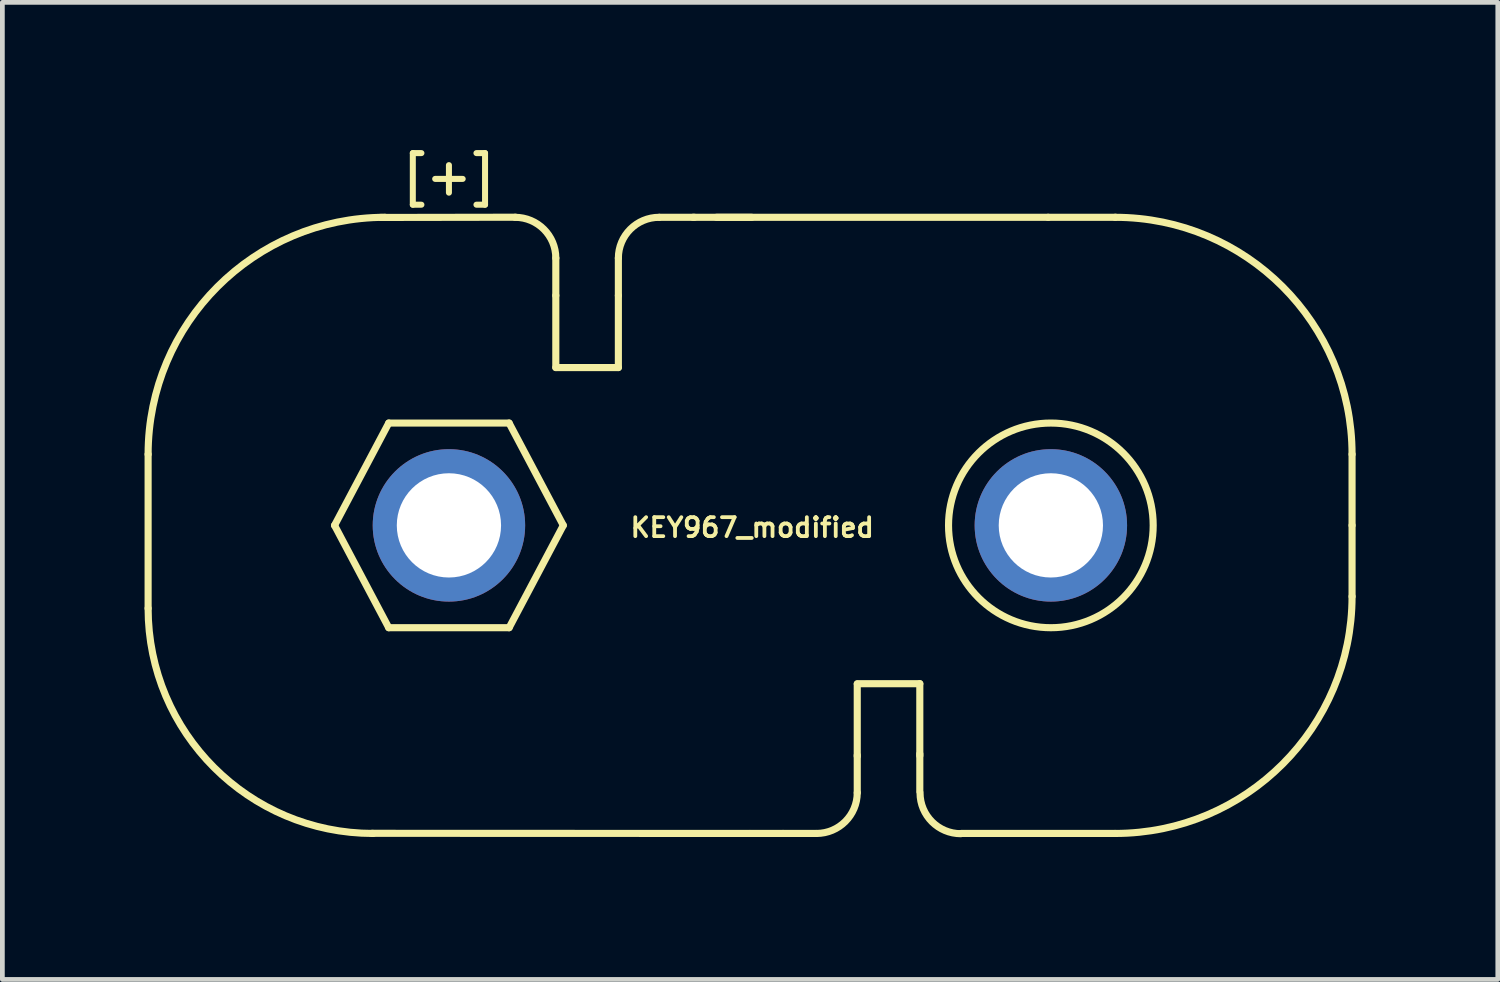
<source format=kicad_pcb>
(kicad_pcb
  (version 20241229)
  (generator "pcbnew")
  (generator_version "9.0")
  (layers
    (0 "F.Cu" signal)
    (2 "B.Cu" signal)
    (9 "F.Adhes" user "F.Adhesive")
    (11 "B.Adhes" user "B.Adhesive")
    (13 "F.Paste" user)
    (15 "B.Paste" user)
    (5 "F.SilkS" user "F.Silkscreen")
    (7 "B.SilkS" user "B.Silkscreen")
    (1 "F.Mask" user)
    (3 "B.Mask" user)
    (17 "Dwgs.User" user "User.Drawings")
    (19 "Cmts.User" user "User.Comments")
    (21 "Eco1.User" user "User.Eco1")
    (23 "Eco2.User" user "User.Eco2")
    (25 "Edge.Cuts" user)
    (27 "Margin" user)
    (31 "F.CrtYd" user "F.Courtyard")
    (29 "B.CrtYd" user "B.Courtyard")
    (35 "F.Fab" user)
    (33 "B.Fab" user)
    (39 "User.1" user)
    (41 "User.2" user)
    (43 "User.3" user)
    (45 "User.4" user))
  (footprint "KEY967_modified"
    (layer "F.Cu")
    (at 12.772 8.035)
    (property "Reference" "KEY967_modified" (at 0.049 0.046 0) (layer "F.SilkS") (effects (font (size 0.4 0.4) (thickness 0.08))))
    (attr through_hole)
    (fp_line (start -12.697 -1.5) (end -12.697 1.75) (stroke (width 0.15) (type solid)) (layer "F.SilkS"))
    (fp_line (start -8.763 0) (end -7.62 2.159) (stroke (width 0.15) (type solid)) (layer "F.SilkS"))
    (fp_line (start -7.795 -6.497) (end -4.945 -6.502) (stroke (width 0.15) (type solid)) (layer "F.SilkS"))
    (fp_line (start -7.62 -2.159) (end -8.763 0) (stroke (width 0.15) (type solid)) (layer "F.SilkS"))
    (fp_line (start -7.62 -2.159) (end -5.08 -2.159) (stroke (width 0.15) (type solid)) (layer "F.SilkS"))
    (fp_line (start -7.62 2.159) (end -5.08 2.159) (stroke (width 0.15) (type solid)) (layer "F.SilkS"))
    (fp_line (start -5.08 -2.159) (end -3.937 0) (stroke (width 0.15) (type solid)) (layer "F.SilkS"))
    (fp_line (start -4.095 -4.85) (end -4.095 -5.64) (stroke (width 0.15) (type solid)) (layer "F.SilkS"))
    (fp_line (start -4.095 -3.33) (end -4.095 -4.85) (stroke (width 0.15) (type solid)) (layer "F.SilkS"))
    (fp_line (start -4.095 -3.33) (end -2.775 -3.33) (stroke (width 0.15) (type solid)) (layer "F.SilkS"))
    (fp_line (start -3.937 0) (end -5.08 2.159) (stroke (width 0.15) (type solid)) (layer "F.SilkS"))
    (fp_line (start -2.775 -4.85) (end -2.775 -5.64) (stroke (width 0.15) (type solid)) (layer "F.SilkS"))
    (fp_line (start -2.775 -3.33) (end -2.775 -4.85) (stroke (width 0.15) (type solid)) (layer "F.SilkS"))
    (fp_line (start -1.91 -6.5) (end -1.17 -6.5) (stroke (width 0.15) (type solid)) (layer "F.SilkS"))
    (fp_line (start -1.2 -6.5) (end 0.04 -6.5) (stroke (width 0.15) (type solid)) (layer "F.SilkS"))
    (fp_line (start -0.705 -6.5) (end 6.295 -6.5) (stroke (width 0.15) (type solid)) (layer "F.SilkS"))
    (fp_line (start -0.008 6.5) (end -7.976 6.497) (stroke (width 0.15) (type solid)) (layer "F.SilkS"))
    (fp_line (start 0 6.5) (end 0.7 6.5) (stroke (width 0.15) (type solid)) (layer "F.SilkS"))
    (fp_line (start 1.4 6.5) (end 0.7 6.5) (stroke (width 0.15) (type solid)) (layer "F.SilkS"))
    (fp_line (start 2.265 3.34) (end 3.585 3.34) (stroke (width 0.15) (type solid)) (layer "F.SilkS"))
    (fp_line (start 2.265 4.87) (end 2.265 3.35) (stroke (width 0.15) (type solid)) (layer "F.SilkS"))
    (fp_line (start 2.265 5.64) (end 2.265 4.85) (stroke (width 0.15) (type solid)) (layer "F.SilkS"))
    (fp_line (start 3.585 4.86) (end 3.585 3.34) (stroke (width 0.15) (type solid)) (layer "F.SilkS"))
    (fp_line (start 3.585 5.61) (end 3.585 4.82) (stroke (width 0.15) (type solid)) (layer "F.SilkS"))
    (fp_line (start 7.705 6.5) (end 4.455 6.5) (stroke (width 0.15) (type solid)) (layer "F.SilkS"))
    (fp_line (start 7.72 -6.5) (end 6.29 -6.5) (stroke (width 0.15) (type solid)) (layer "F.SilkS"))
    (fp_line (start 12.705 0) (end 12.705 -1.5) (stroke (width 0.15) (type solid)) (layer "F.SilkS"))
    (fp_line (start 12.705 0) (end 12.705 1.5) (stroke (width 0.15) (type solid)) (layer "F.SilkS"))
    (fp_arc (start -12.697 -1.5) (mid -11.232534 -5.035534) (end -7.697 -6.5) (stroke (width 0.15) (type solid)) (layer "F.SilkS"))
    (fp_arc (start -7.947 6.5) (mid -11.305757 5.108757) (end -12.697 1.75) (stroke (width 0.15) (type solid)) (layer "F.SilkS"))
    (fp_arc (start -4.955 -6.5) (mid -4.346888 -6.248112) (end -4.095 -5.64) (stroke (width 0.15) (type solid)) (layer "F.SilkS"))
    (fp_arc (start -2.775 -5.64) (mid -2.523112 -6.248112) (end -1.915 -6.5) (stroke (width 0.15) (type solid)) (layer "F.SilkS"))
    (fp_arc (start 2.265 5.64) (mid 2.013112 6.248112) (end 1.405 6.5) (stroke (width 0.15) (type solid)) (layer "F.SilkS"))
    (fp_arc (start 4.45 6.505) (mid 3.841888 6.253112) (end 3.59 5.645) (stroke (width 0.15) (type solid)) (layer "F.SilkS"))
    (fp_arc (start 7.705 -6.5) (mid 11.240534 -5.035534) (end 12.705 -1.5) (stroke (width 0.15) (type solid)) (layer "F.SilkS"))
    (fp_arc (start 12.705 1.5) (mid 11.240534 5.035534) (end 7.705 6.5) (stroke (width 0.15) (type solid)) (layer "F.SilkS"))
    (fp_circle (center 6.35 0) (end 4.191 0) (stroke (width 0.15) (type solid)) (fill no) (layer "F.SilkS"))
    (fp_text user "[+]" (at -6.35 -7.366 0) (layer "F.SilkS") (effects (font (size 0.762 0.762) (thickness 0.127))))
    (pad "1" thru_hole circle (at -6.35 0) (size 3.216 3.216) (drill 2.2) (layers "*.Cu" "*.Mask"))
    (pad "2" thru_hole circle (at 6.35 0) (size 3.216 3.216) (drill 2.2) (layers "*.Cu" "*.Mask")))
  (gr_rect
    (start -3 -3)
    (end 28.552 17.615)
    (stroke (width 0.1) (type default))
    (fill no)
    (layer "Edge.Cuts")))
</source>
